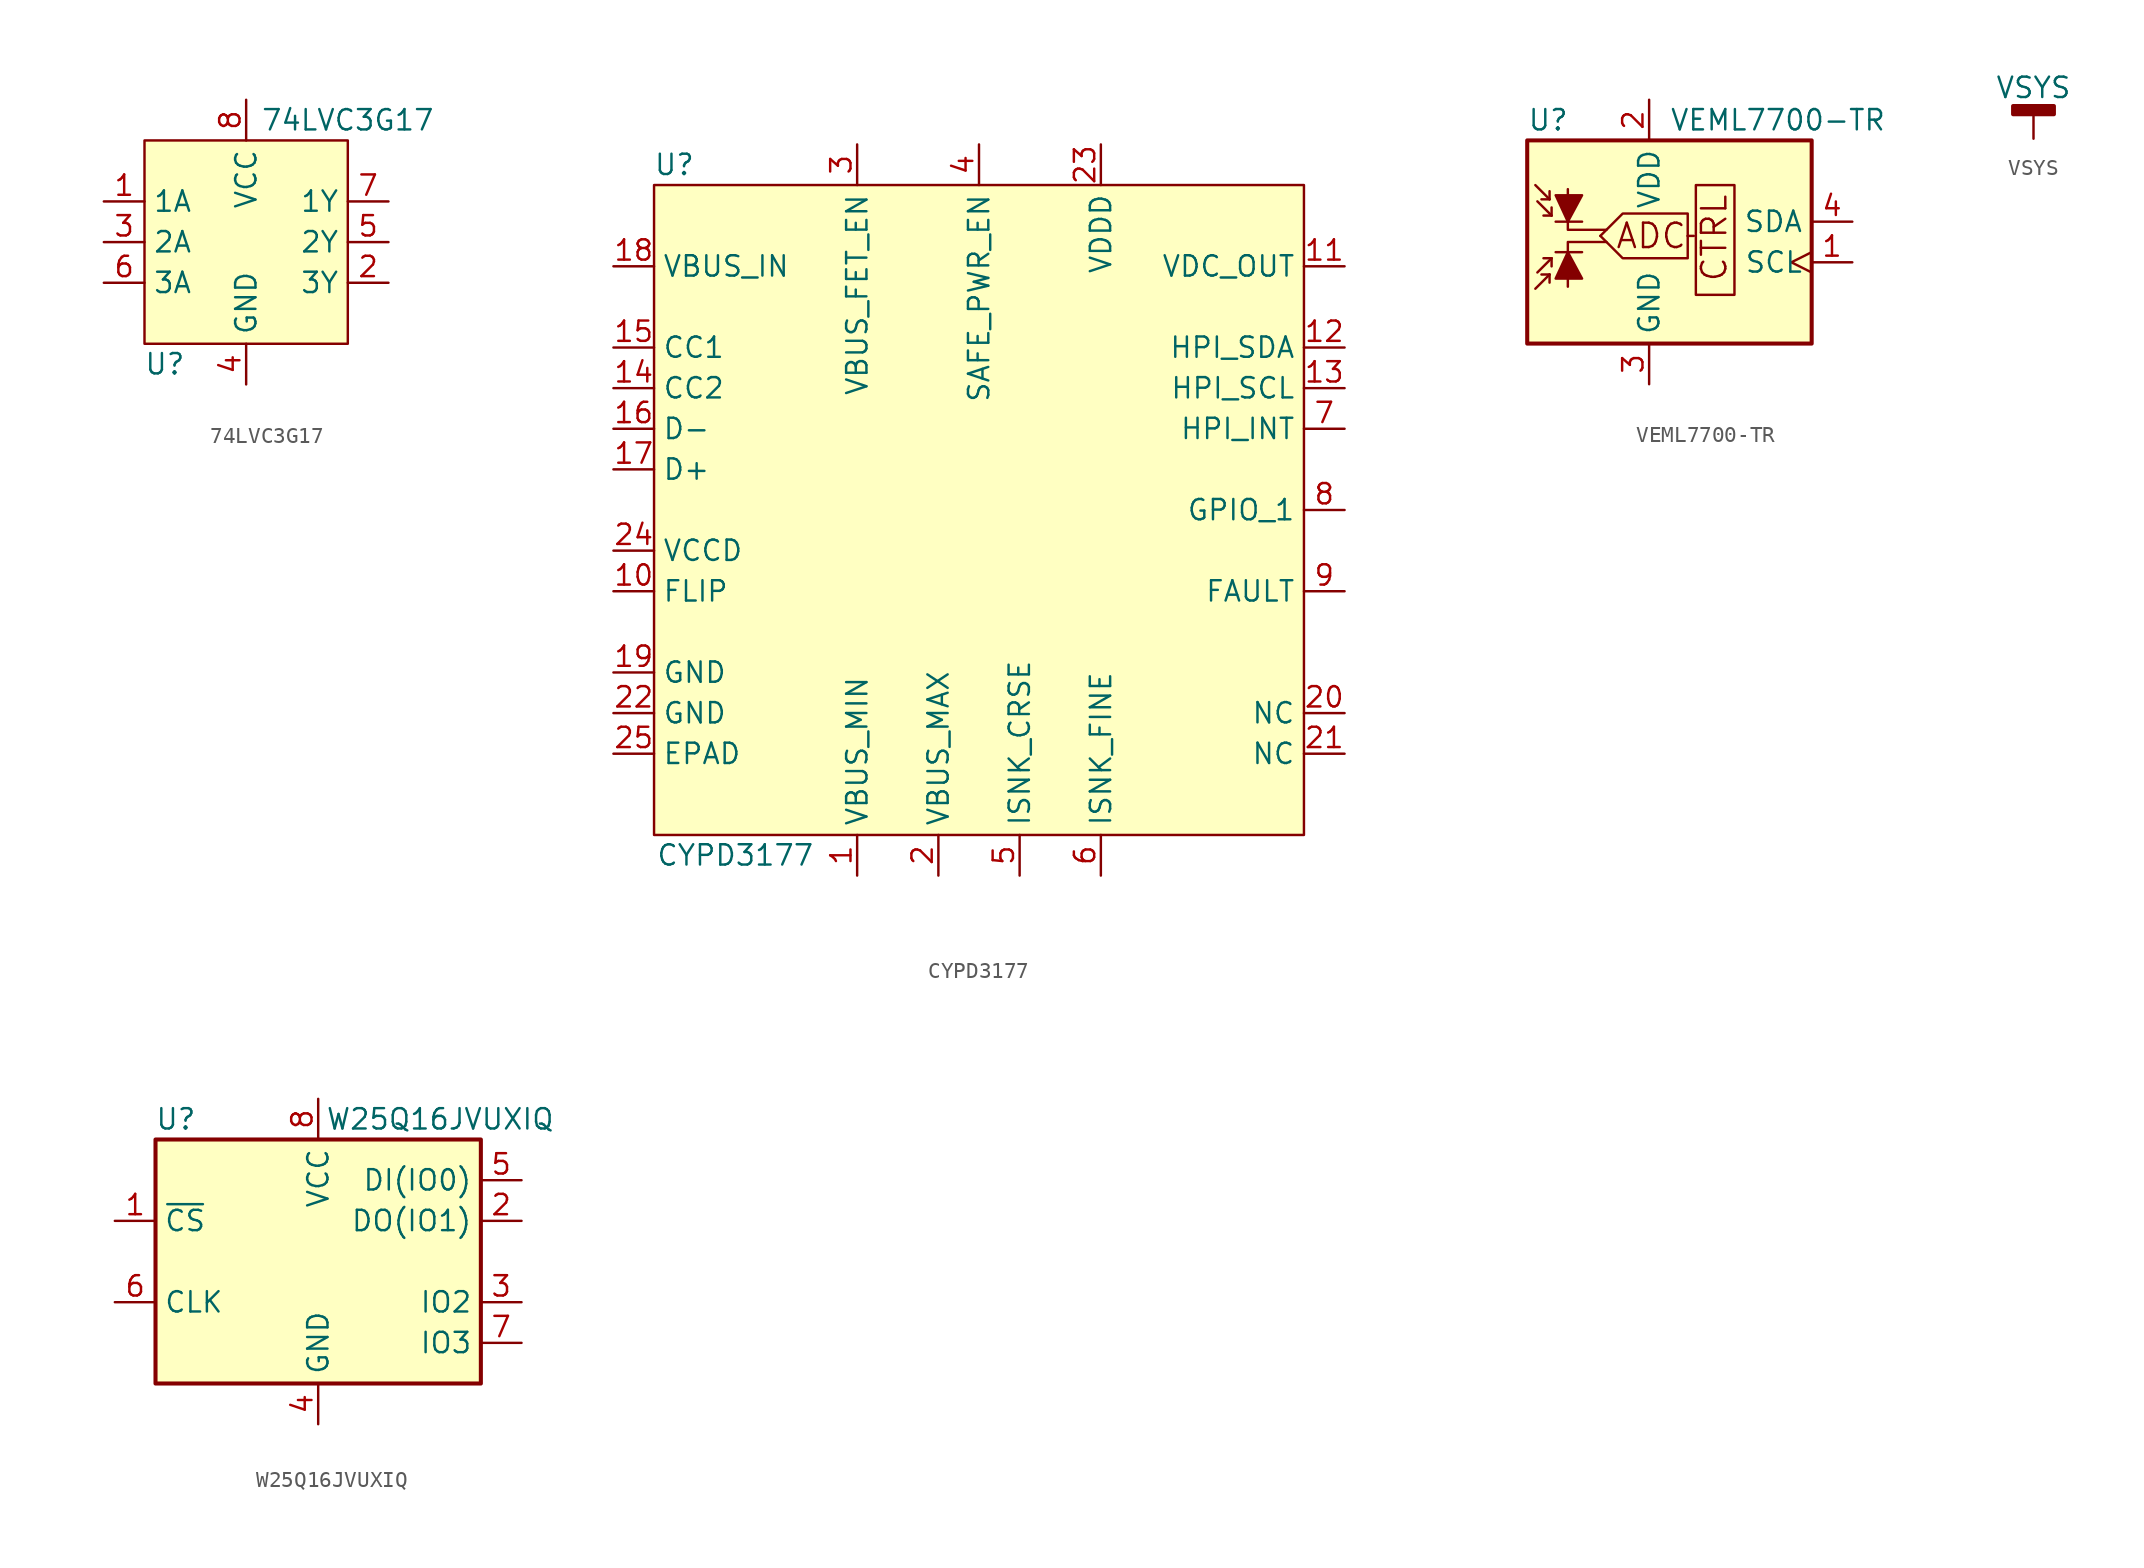
<source format=kicad_sym>
(kicad_symbol_lib
  (version 20211014)
  (generator kicad_symbol_editor)
  (symbol "74LVC3G17"
    (property "Reference" "U"
      (at -5.08 -7.62 0)
      (effects (font (size 1.27 1.27))))
    (property "Value" "74LVC3G17"
      (at 6.35 7.62 0)
      (effects (font (size 1.27 1.27))))
    (symbol "74LVC3G17_0_1"
      (rectangle (start -6.35 6.35) (end 6.35 -6.35) (stroke (width 0) (type default) (color 0 0 0 0)) (fill (type background))))
    (symbol "74LVC3G17_1_1"
      (pin input line (at -8.89 2.54 0) (length 2.54) (name "1A" (effects (font (size 1.27 1.27)))) (number "1" (effects (font (size 1.27 1.27)))))
      (pin output line (at 8.89 -2.54 180) (length 2.54) (name "3Y" (effects (font (size 1.27 1.27)))) (number "2" (effects (font (size 1.27 1.27)))))
      (pin input line (at -8.89 0 0) (length 2.54) (name "2A" (effects (font (size 1.27 1.27)))) (number "3" (effects (font (size 1.27 1.27)))))
      (pin power_in line (at 0 -8.89 90) (length 2.54) (name "GND" (effects (font (size 1.27 1.27)))) (number "4" (effects (font (size 1.27 1.27)))))
      (pin output line (at 8.89 0 180) (length 2.54) (name "2Y" (effects (font (size 1.27 1.27)))) (number "5" (effects (font (size 1.27 1.27)))))
      (pin input line (at -8.89 -2.54 0) (length 2.54) (name "3A" (effects (font (size 1.27 1.27)))) (number "6" (effects (font (size 1.27 1.27)))))
      (pin output line (at 8.89 2.54 180) (length 2.54) (name "1Y" (effects (font (size 1.27 1.27)))) (number "7" (effects (font (size 1.27 1.27)))))
      (pin power_in line (at 0 8.89 270) (length 2.54) (name "VCC" (effects (font (size 1.27 1.27)))) (number "8" (effects (font (size 1.27 1.27)))))))
  (symbol "CYPD3177"
    (property "Reference" "U"
      (at -19.05 21.59 0)
      (effects (font (size 1.27 1.27))))
    (property "Value" "CYPD3177"
      (at -15.24 -21.59 0)
      (effects (font (size 1.27 1.27))))
    (symbol "CYPD3177_0_1"
      (rectangle (start -20.32 20.32) (end 20.32 -20.32) (stroke (width 0) (type default) (color 0 0 0 0)) (fill (type background))))
    (symbol "CYPD3177_1_1"
      (pin input line (at -7.62 -22.86 90) (length 2.54) (name "VBUS_MIN" (effects (font (size 1.27 1.27)))) (number "1" (effects (font (size 1.27 1.27)))))
      (pin input line (at -22.86 -5.08 0) (length 2.54) (name "FLIP" (effects (font (size 1.27 1.27)))) (number "10" (effects (font (size 1.27 1.27)))))
      (pin input line (at 22.86 15.24 180) (length 2.54) (name "VDC_OUT" (effects (font (size 1.27 1.27)))) (number "11" (effects (font (size 1.27 1.27)))))
      (pin input line (at 22.86 10.16 180) (length 2.54) (name "HPI_SDA" (effects (font (size 1.27 1.27)))) (number "12" (effects (font (size 1.27 1.27)))))
      (pin input line (at 22.86 7.62 180) (length 2.54) (name "HPI_SCL" (effects (font (size 1.27 1.27)))) (number "13" (effects (font (size 1.27 1.27)))))
      (pin input line (at -22.86 7.62 0) (length 2.54) (name "CC2" (effects (font (size 1.27 1.27)))) (number "14" (effects (font (size 1.27 1.27)))))
      (pin input line (at -22.86 10.16 0) (length 2.54) (name "CC1" (effects (font (size 1.27 1.27)))) (number "15" (effects (font (size 1.27 1.27)))))
      (pin input line (at -22.86 5.08 0) (length 2.54) (name "D-" (effects (font (size 1.27 1.27)))) (number "16" (effects (font (size 1.27 1.27)))))
      (pin input line (at -22.86 2.54 0) (length 2.54) (name "D+" (effects (font (size 1.27 1.27)))) (number "17" (effects (font (size 1.27 1.27)))))
      (pin input line (at -22.86 15.24 0) (length 2.54) (name "VBUS_IN" (effects (font (size 1.27 1.27)))) (number "18" (effects (font (size 1.27 1.27)))))
      (pin input line (at -22.86 -10.16 0) (length 2.54) (name "GND" (effects (font (size 1.27 1.27)))) (number "19" (effects (font (size 1.27 1.27)))))
      (pin input line (at -2.54 -22.86 90) (length 2.54) (name "VBUS_MAX" (effects (font (size 1.27 1.27)))) (number "2" (effects (font (size 1.27 1.27)))))
      (pin input line (at 22.86 -12.7 180) (length 2.54) (name "NC" (effects (font (size 1.27 1.27)))) (number "20" (effects (font (size 1.27 1.27)))))
      (pin input line (at 22.86 -15.24 180) (length 2.54) (name "NC" (effects (font (size 1.27 1.27)))) (number "21" (effects (font (size 1.27 1.27)))))
      (pin input line (at -22.86 -12.7 0) (length 2.54) (name "GND" (effects (font (size 1.27 1.27)))) (number "22" (effects (font (size 1.27 1.27)))))
      (pin input line (at 7.62 22.86 270) (length 2.54) (name "VDDD" (effects (font (size 1.27 1.27)))) (number "23" (effects (font (size 1.27 1.27)))))
      (pin input line (at -22.86 -2.54 0) (length 2.54) (name "VCCD" (effects (font (size 1.27 1.27)))) (number "24" (effects (font (size 1.27 1.27)))))
      (pin input line (at -22.86 -15.24 0) (length 2.54) (name "EPAD" (effects (font (size 1.27 1.27)))) (number "25" (effects (font (size 1.27 1.27)))))
      (pin input line (at -7.62 22.86 270) (length 2.54) (name "VBUS_FET_EN" (effects (font (size 1.27 1.27)))) (number "3" (effects (font (size 1.27 1.27)))))
      (pin input line (at 0 22.86 270) (length 2.54) (name "SAFE_PWR_EN" (effects (font (size 1.27 1.27)))) (number "4" (effects (font (size 1.27 1.27)))))
      (pin input line (at 2.54 -22.86 90) (length 2.54) (name "ISNK_CRSE" (effects (font (size 1.27 1.27)))) (number "5" (effects (font (size 1.27 1.27)))))
      (pin input line (at 7.62 -22.86 90) (length 2.54) (name "ISNK_FINE" (effects (font (size 1.27 1.27)))) (number "6" (effects (font (size 1.27 1.27)))))
      (pin input line (at 22.86 5.08 180) (length 2.54) (name "HPI_INT" (effects (font (size 1.27 1.27)))) (number "7" (effects (font (size 1.27 1.27)))))
      (pin input line (at 22.86 0 180) (length 2.54) (name "GPIO_1" (effects (font (size 1.27 1.27)))) (number "8" (effects (font (size 1.27 1.27)))))
      (pin input line (at 22.86 -5.08 180) (length 2.54) (name "FAULT" (effects (font (size 1.27 1.27)))) (number "9" (effects (font (size 1.27 1.27)))))))
  (symbol "VEML7700-TR"
    (property "Reference" "U"
      (at -7.62 6.35 0)
      (effects (font (size 1.27 1.27)) (justify left)))
    (property "Value" "VEML7700-TR"
      (at 1.27 6.35 0)
      (effects (font (size 1.27 1.27)) (justify left)))
    (symbol "VEML7700-TR_0_0"
      (polyline (pts (xy 2.413 -0.889) (xy 2.794 -0.889)) (stroke (width 0) (type default) (color 0 0 0 0)) (fill (type none)))
      (polyline (pts (xy -5.08 -4.064) (xy -5.08 -1.27) (xy -2.667 -1.27)) (stroke (width 0) (type default) (color 0 0 0 0)) (fill (type none)))
      (polyline (pts (xy -5.08 2.032) (xy -5.08 -0.508) (xy -2.667 -0.508)) (stroke (width 0) (type default) (color 0 0 0 0)) (fill (type none)))
      (polyline (pts (xy -3.048 -0.889) (xy -1.651 -2.286) (xy 2.413 -2.286) (xy 2.413 -0.889)) (stroke (width 0) (type default) (color 0 0 0 0)) (fill (type none)))
      (polyline (pts (xy -3.048 -0.889) (xy -1.651 0.508) (xy 2.413 0.508) (xy 2.413 -0.889)) (stroke (width 0) (type default) (color 0 0 0 0)) (fill (type none)))
      (rectangle (start 2.921 2.286) (end 5.334 -4.572) (stroke (width 0) (type default) (color 0 0 0 0)) (fill (type none)))
      (text "ADC" (at 0.127 -0.889 0) (effects (font (size 1.524 1.524))))
      (text "CTRL" (at 4.064 -1.016 900) (effects (font (size 1.524 1.524)))))
    (symbol "VEML7700-TR_0_1"
      (polyline (pts (xy -6.223 -3.302) (xy -7.112 -4.191)) (stroke (width 0) (type default) (color 0 0 0 0)) (fill (type none)))
      (polyline (pts (xy -6.223 -3.302) (xy -6.731 -3.302)) (stroke (width 0) (type default) (color 0 0 0 0)) (fill (type none)))
      (polyline (pts (xy -6.223 -3.302) (xy -6.223 -3.81)) (stroke (width 0) (type default) (color 0 0 0 0)) (fill (type none)))
      (polyline (pts (xy -6.223 1.397) (xy -7.112 2.286)) (stroke (width 0) (type default) (color 0 0 0 0)) (fill (type none)))
      (polyline (pts (xy -6.223 1.397) (xy -6.731 1.397)) (stroke (width 0) (type default) (color 0 0 0 0)) (fill (type none)))
      (polyline (pts (xy -6.223 1.397) (xy -6.223 1.905)) (stroke (width 0) (type default) (color 0 0 0 0)) (fill (type none)))
      (polyline (pts (xy -6.096 -2.286) (xy -6.985 -3.175)) (stroke (width 0) (type default) (color 0 0 0 0)) (fill (type none)))
      (polyline (pts (xy -6.096 -2.286) (xy -6.604 -2.286)) (stroke (width 0) (type default) (color 0 0 0 0)) (fill (type none)))
      (polyline (pts (xy -6.096 -2.286) (xy -6.096 -2.794)) (stroke (width 0) (type default) (color 0 0 0 0)) (fill (type none)))
      (polyline (pts (xy -6.096 0.381) (xy -6.985 1.27)) (stroke (width 0) (type default) (color 0 0 0 0)) (fill (type none)))
      (polyline (pts (xy -6.096 0.381) (xy -6.604 0.381)) (stroke (width 0) (type default) (color 0 0 0 0)) (fill (type none)))
      (polyline (pts (xy -6.096 0.381) (xy -6.096 0.889)) (stroke (width 0) (type default) (color 0 0 0 0)) (fill (type none)))
      (polyline (pts (xy -5.842 -1.905) (xy -4.191 -1.905)) (stroke (width 0) (type default) (color 0 0 0 0)) (fill (type none)))
      (polyline (pts (xy -5.842 0) (xy -4.191 0)) (stroke (width 0) (type default) (color 0 0 0 0)) (fill (type none)))
      (polyline (pts (xy -5.842 -3.556) (xy -4.191 -3.556) (xy -5.08 -1.905) (xy -5.842 -3.556)) (stroke (width 0) (type default) (color 0 0 0 0)) (fill (type outline)))
      (polyline (pts (xy -5.842 1.651) (xy -4.191 1.651) (xy -5.08 0) (xy -5.842 1.651)) (stroke (width 0) (type default) (color 0 0 0 0)) (fill (type outline)))
      (rectangle (start 10.16 5.08) (end -7.62 -7.62) (stroke (width 0.254) (type default) (color 0 0 0 0)) (fill (type background))))
    (symbol "VEML7700-TR_1_1"
      (pin input clock (at 12.7 -2.54 180) (length 2.54) (name "SCL" (effects (font (size 1.27 1.27)))) (number "1" (effects (font (size 1.27 1.27)))))
      (pin power_in line (at 0 7.62 270) (length 2.54) (name "VDD" (effects (font (size 1.27 1.27)))) (number "2" (effects (font (size 1.27 1.27)))))
      (pin power_in line (at 0 -10.16 90) (length 2.54) (name "GND" (effects (font (size 1.27 1.27)))) (number "3" (effects (font (size 1.27 1.27)))))
      (pin bidirectional line (at 12.7 0 180) (length 2.54) (name "SDA" (effects (font (size 1.27 1.27)))) (number "4" (effects (font (size 1.27 1.27)))))))
  (symbol "VSYS"
    (power)
    (pin_names
      (offset 0))
    (property "Reference" "#PWR"
      (at 0 -6.35 0)
      (effects (font (size 1.27 1.27)) hide))
    (property "Value" "VSYS"
      (at 0 0.635 0)
      (effects (font (size 1.27 1.27))))
    (symbol "VSYS_0_1"
      (polyline (pts (xy 0 -2.54) (xy 0 -1.016)) (stroke (width 0) (type default) (color 0 0 0 0)) (fill (type none)))
      (rectangle (start 1.27 -1.016) (end -1.27 -0.508) (stroke (width 0.254) (type default) (color 0 0 0 0)) (fill (type outline))))
    (symbol "VSYS_1_1"
      (pin power_out line (at 0 -2.54 90) (length 0) hide (name "VSYS" (effects (font (size 1.27 1.27)))) (number "1" (effects (font (size 1.27 1.27)))))))
  (symbol "W25Q16JVUXIQ"
    (property "Reference" "U"
      (at -8.89 8.89 0)
      (effects (font (size 1.27 1.27))))
    (property "Value" "W25Q16JVUXIQ"
      (at 7.62 8.89 0)
      (effects (font (size 1.27 1.27))))
    (symbol "W25Q16JVUXIQ_0_1"
      (rectangle (start -10.16 7.62) (end 10.16 -7.62) (stroke (width 0.254) (type default) (color 0 0 0 0)) (fill (type background))))
    (symbol "W25Q16JVUXIQ_1_1"
      (pin input line (at -12.7 2.54 0) (length 2.54) (name "~{CS}" (effects (font (size 1.27 1.27)))) (number "1" (effects (font (size 1.27 1.27)))))
      (pin bidirectional line (at 12.7 2.54 180) (length 2.54) (name "DO(IO1)" (effects (font (size 1.27 1.27)))) (number "2" (effects (font (size 1.27 1.27)))))
      (pin bidirectional line (at 12.7 -2.54 180) (length 2.54) (name "IO2" (effects (font (size 1.27 1.27)))) (number "3" (effects (font (size 1.27 1.27)))))
      (pin power_in line (at 0 -10.16 90) (length 2.54) (name "GND" (effects (font (size 1.27 1.27)))) (number "4" (effects (font (size 1.27 1.27)))))
      (pin bidirectional line (at 12.7 5.08 180) (length 2.54) (name "DI(IO0)" (effects (font (size 1.27 1.27)))) (number "5" (effects (font (size 1.27 1.27)))))
      (pin input line (at -12.7 -2.54 0) (length 2.54) (name "CLK" (effects (font (size 1.27 1.27)))) (number "6" (effects (font (size 1.27 1.27)))))
      (pin bidirectional line (at 12.7 -5.08 180) (length 2.54) (name "IO3" (effects (font (size 1.27 1.27)))) (number "7" (effects (font (size 1.27 1.27)))))
      (pin power_in line (at 0 10.16 270) (length 2.54) (name "VCC" (effects (font (size 1.27 1.27)))) (number "8" (effects (font (size 1.27 1.27))))))))
</source>
